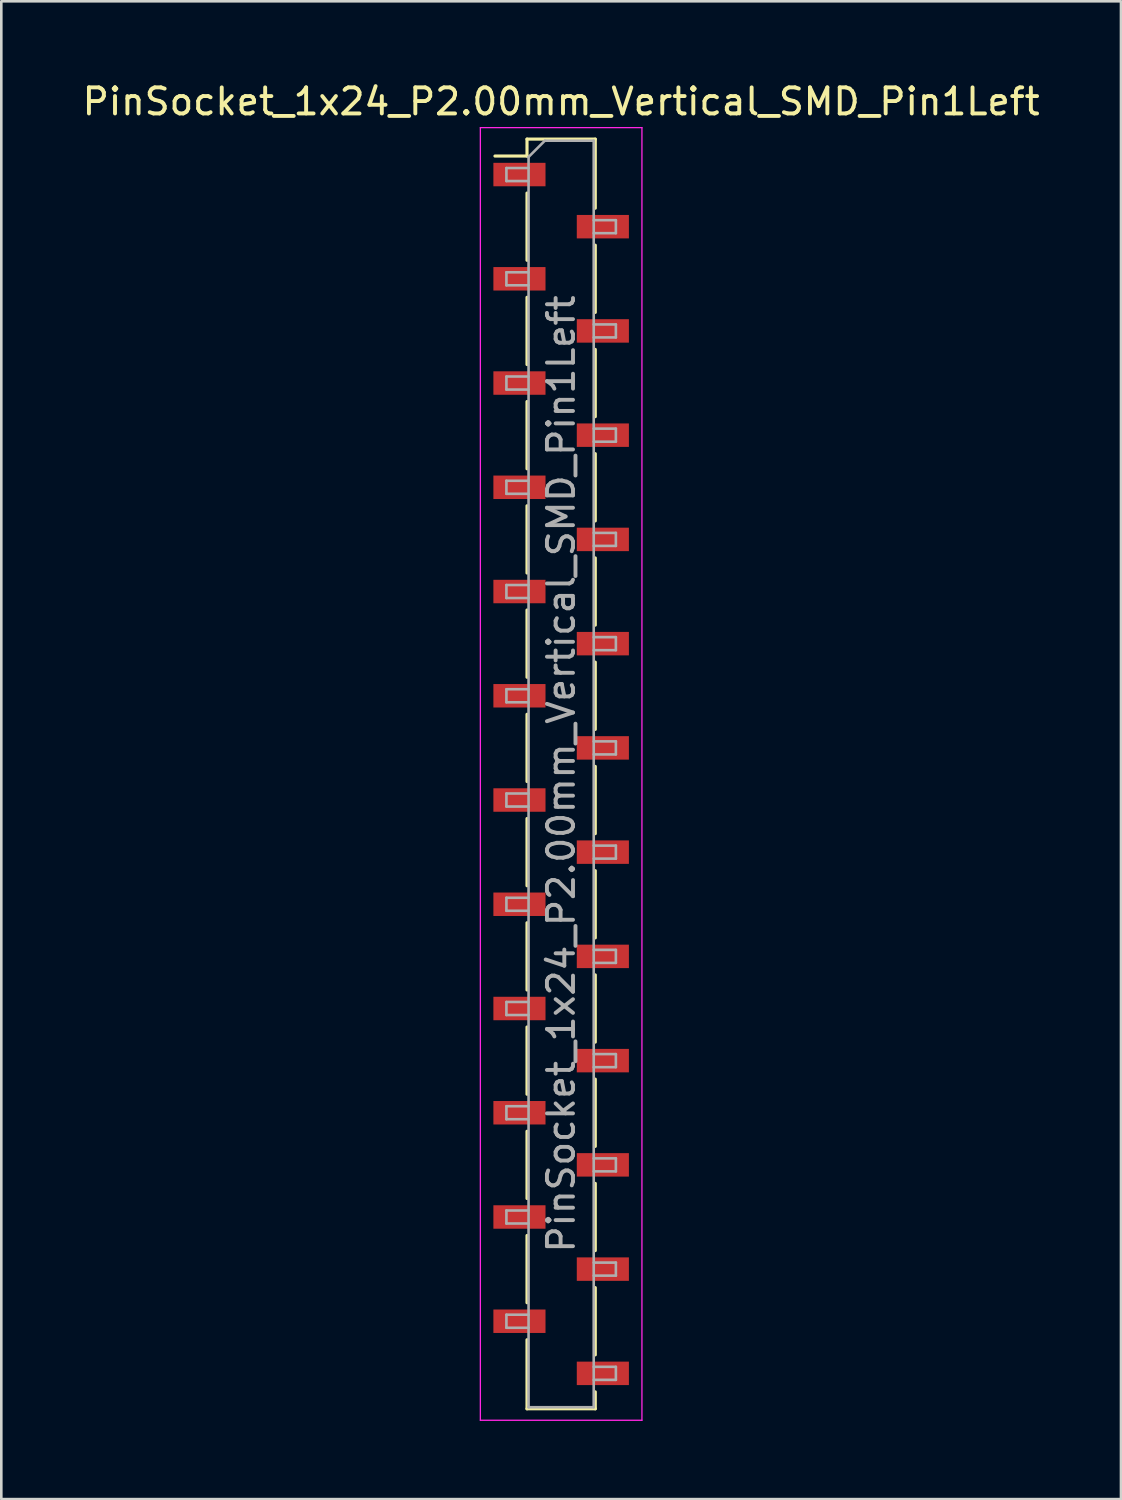
<source format=kicad_pcb>
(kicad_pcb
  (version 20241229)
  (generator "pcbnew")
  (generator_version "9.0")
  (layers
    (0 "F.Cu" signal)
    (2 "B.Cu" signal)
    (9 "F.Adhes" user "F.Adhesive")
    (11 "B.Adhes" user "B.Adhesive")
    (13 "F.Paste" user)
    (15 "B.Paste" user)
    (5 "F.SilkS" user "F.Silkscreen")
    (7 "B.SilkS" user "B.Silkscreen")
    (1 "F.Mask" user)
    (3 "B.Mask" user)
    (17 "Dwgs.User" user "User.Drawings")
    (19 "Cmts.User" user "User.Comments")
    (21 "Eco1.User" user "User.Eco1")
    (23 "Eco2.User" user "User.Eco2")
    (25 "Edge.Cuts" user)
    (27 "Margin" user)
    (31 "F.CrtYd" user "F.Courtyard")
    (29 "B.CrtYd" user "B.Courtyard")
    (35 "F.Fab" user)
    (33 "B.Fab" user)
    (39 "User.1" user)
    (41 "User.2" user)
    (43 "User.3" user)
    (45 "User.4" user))
  (footprint "PinSocket_1x24_P2.00mm_Vertical_SMD_Pin1Left"
    (layer "F.Cu")
    (at 18.482 26.648)
    (property "Reference" "PinSocket_1x24_P2.00mm_Vertical_SMD_Pin1Left" (at 0 -25.8 0) (layer "F.SilkS") (effects (font (size 1 1) (thickness 0.15))))
    (attr smd)
    (fp_line (start -2.54 -23.71) (end -1.31 -23.71) (stroke (width 0.12) (type solid)) (layer "F.SilkS"))
    (fp_line (start -1.31 -24.36) (end -1.31 -23.71) (stroke (width 0.12) (type solid)) (layer "F.SilkS"))
    (fp_line (start -1.31 -24.36) (end 1.31 -24.36) (stroke (width 0.12) (type solid)) (layer "F.SilkS"))
    (fp_line (start -1.31 -22.29) (end -1.31 -19.71) (stroke (width 0.12) (type solid)) (layer "F.SilkS"))
    (fp_line (start -1.31 -18.29) (end -1.31 -15.71) (stroke (width 0.12) (type solid)) (layer "F.SilkS"))
    (fp_line (start -1.31 -14.29) (end -1.31 -11.71) (stroke (width 0.12) (type solid)) (layer "F.SilkS"))
    (fp_line (start -1.31 -10.29) (end -1.31 -7.71) (stroke (width 0.12) (type solid)) (layer "F.SilkS"))
    (fp_line (start -1.31 -6.29) (end -1.31 -3.71) (stroke (width 0.12) (type solid)) (layer "F.SilkS"))
    (fp_line (start -1.31 -2.29) (end -1.31 0.29) (stroke (width 0.12) (type solid)) (layer "F.SilkS"))
    (fp_line (start -1.31 1.71) (end -1.31 4.29) (stroke (width 0.12) (type solid)) (layer "F.SilkS"))
    (fp_line (start -1.31 5.71) (end -1.31 8.29) (stroke (width 0.12) (type solid)) (layer "F.SilkS"))
    (fp_line (start -1.31 9.71) (end -1.31 12.29) (stroke (width 0.12) (type solid)) (layer "F.SilkS"))
    (fp_line (start -1.31 13.71) (end -1.31 16.29) (stroke (width 0.12) (type solid)) (layer "F.SilkS"))
    (fp_line (start -1.31 17.71) (end -1.31 20.29) (stroke (width 0.12) (type solid)) (layer "F.SilkS"))
    (fp_line (start -1.31 21.71) (end -1.31 24.36) (stroke (width 0.12) (type solid)) (layer "F.SilkS"))
    (fp_line (start -1.31 24.36) (end 1.31 24.36) (stroke (width 0.12) (type solid)) (layer "F.SilkS"))
    (fp_line (start 1.31 -24.36) (end 1.31 -21.71) (stroke (width 0.12) (type solid)) (layer "F.SilkS"))
    (fp_line (start 1.31 -20.29) (end 1.31 -17.71) (stroke (width 0.12) (type solid)) (layer "F.SilkS"))
    (fp_line (start 1.31 -16.29) (end 1.31 -13.71) (stroke (width 0.12) (type solid)) (layer "F.SilkS"))
    (fp_line (start 1.31 -12.29) (end 1.31 -9.71) (stroke (width 0.12) (type solid)) (layer "F.SilkS"))
    (fp_line (start 1.31 -8.29) (end 1.31 -5.71) (stroke (width 0.12) (type solid)) (layer "F.SilkS"))
    (fp_line (start 1.31 -4.29) (end 1.31 -1.71) (stroke (width 0.12) (type solid)) (layer "F.SilkS"))
    (fp_line (start 1.31 -0.29) (end 1.31 2.29) (stroke (width 0.12) (type solid)) (layer "F.SilkS"))
    (fp_line (start 1.31 3.71) (end 1.31 6.29) (stroke (width 0.12) (type solid)) (layer "F.SilkS"))
    (fp_line (start 1.31 7.71) (end 1.31 10.29) (stroke (width 0.12) (type solid)) (layer "F.SilkS"))
    (fp_line (start 1.31 11.71) (end 1.31 14.29) (stroke (width 0.12) (type solid)) (layer "F.SilkS"))
    (fp_line (start 1.31 15.71) (end 1.31 18.29) (stroke (width 0.12) (type solid)) (layer "F.SilkS"))
    (fp_line (start 1.31 19.71) (end 1.31 22.29) (stroke (width 0.12) (type solid)) (layer "F.SilkS"))
    (fp_line (start 1.31 23.71) (end 1.31 24.36) (stroke (width 0.12) (type solid)) (layer "F.SilkS"))
    (fp_line (start -3.1 -24.8) (end 3.1 -24.8) (stroke (width 0.05) (type solid)) (layer "F.CrtYd"))
    (fp_line (start -3.1 24.8) (end -3.1 -24.8) (stroke (width 0.05) (type solid)) (layer "F.CrtYd"))
    (fp_line (start 3.1 -24.8) (end 3.1 24.8) (stroke (width 0.05) (type solid)) (layer "F.CrtYd"))
    (fp_line (start 3.1 24.8) (end -3.1 24.8) (stroke (width 0.05) (type solid)) (layer "F.CrtYd"))
    (fp_line (start -2.1 -23.25) (end -1.25 -23.25) (stroke (width 0.1) (type solid)) (layer "F.Fab"))
    (fp_line (start -2.1 -22.75) (end -2.1 -23.25) (stroke (width 0.1) (type solid)) (layer "F.Fab"))
    (fp_line (start -2.1 -19.25) (end -1.25 -19.25) (stroke (width 0.1) (type solid)) (layer "F.Fab"))
    (fp_line (start -2.1 -18.75) (end -2.1 -19.25) (stroke (width 0.1) (type solid)) (layer "F.Fab"))
    (fp_line (start -2.1 -15.25) (end -1.25 -15.25) (stroke (width 0.1) (type solid)) (layer "F.Fab"))
    (fp_line (start -2.1 -14.75) (end -2.1 -15.25) (stroke (width 0.1) (type solid)) (layer "F.Fab"))
    (fp_line (start -2.1 -11.25) (end -1.25 -11.25) (stroke (width 0.1) (type solid)) (layer "F.Fab"))
    (fp_line (start -2.1 -10.75) (end -2.1 -11.25) (stroke (width 0.1) (type solid)) (layer "F.Fab"))
    (fp_line (start -2.1 -7.25) (end -1.25 -7.25) (stroke (width 0.1) (type solid)) (layer "F.Fab"))
    (fp_line (start -2.1 -6.75) (end -2.1 -7.25) (stroke (width 0.1) (type solid)) (layer "F.Fab"))
    (fp_line (start -2.1 -3.25) (end -1.25 -3.25) (stroke (width 0.1) (type solid)) (layer "F.Fab"))
    (fp_line (start -2.1 -2.75) (end -2.1 -3.25) (stroke (width 0.1) (type solid)) (layer "F.Fab"))
    (fp_line (start -2.1 0.75) (end -1.25 0.75) (stroke (width 0.1) (type solid)) (layer "F.Fab"))
    (fp_line (start -2.1 1.25) (end -2.1 0.75) (stroke (width 0.1) (type solid)) (layer "F.Fab"))
    (fp_line (start -2.1 4.75) (end -1.25 4.75) (stroke (width 0.1) (type solid)) (layer "F.Fab"))
    (fp_line (start -2.1 5.25) (end -2.1 4.75) (stroke (width 0.1) (type solid)) (layer "F.Fab"))
    (fp_line (start -2.1 8.75) (end -1.25 8.75) (stroke (width 0.1) (type solid)) (layer "F.Fab"))
    (fp_line (start -2.1 9.25) (end -2.1 8.75) (stroke (width 0.1) (type solid)) (layer "F.Fab"))
    (fp_line (start -2.1 12.75) (end -1.25 12.75) (stroke (width 0.1) (type solid)) (layer "F.Fab"))
    (fp_line (start -2.1 13.25) (end -2.1 12.75) (stroke (width 0.1) (type solid)) (layer "F.Fab"))
    (fp_line (start -2.1 16.75) (end -1.25 16.75) (stroke (width 0.1) (type solid)) (layer "F.Fab"))
    (fp_line (start -2.1 17.25) (end -2.1 16.75) (stroke (width 0.1) (type solid)) (layer "F.Fab"))
    (fp_line (start -2.1 20.75) (end -1.25 20.75) (stroke (width 0.1) (type solid)) (layer "F.Fab"))
    (fp_line (start -2.1 21.25) (end -2.1 20.75) (stroke (width 0.1) (type solid)) (layer "F.Fab"))
    (fp_line (start -1.25 -23.675) (end -0.625 -24.3) (stroke (width 0.1) (type solid)) (layer "F.Fab"))
    (fp_line (start -1.25 -22.75) (end -2.1 -22.75) (stroke (width 0.1) (type solid)) (layer "F.Fab"))
    (fp_line (start -1.25 -18.75) (end -2.1 -18.75) (stroke (width 0.1) (type solid)) (layer "F.Fab"))
    (fp_line (start -1.25 -14.75) (end -2.1 -14.75) (stroke (width 0.1) (type solid)) (layer "F.Fab"))
    (fp_line (start -1.25 -10.75) (end -2.1 -10.75) (stroke (width 0.1) (type solid)) (layer "F.Fab"))
    (fp_line (start -1.25 -6.75) (end -2.1 -6.75) (stroke (width 0.1) (type solid)) (layer "F.Fab"))
    (fp_line (start -1.25 -2.75) (end -2.1 -2.75) (stroke (width 0.1) (type solid)) (layer "F.Fab"))
    (fp_line (start -1.25 1.25) (end -2.1 1.25) (stroke (width 0.1) (type solid)) (layer "F.Fab"))
    (fp_line (start -1.25 5.25) (end -2.1 5.25) (stroke (width 0.1) (type solid)) (layer "F.Fab"))
    (fp_line (start -1.25 9.25) (end -2.1 9.25) (stroke (width 0.1) (type solid)) (layer "F.Fab"))
    (fp_line (start -1.25 13.25) (end -2.1 13.25) (stroke (width 0.1) (type solid)) (layer "F.Fab"))
    (fp_line (start -1.25 17.25) (end -2.1 17.25) (stroke (width 0.1) (type solid)) (layer "F.Fab"))
    (fp_line (start -1.25 21.25) (end -2.1 21.25) (stroke (width 0.1) (type solid)) (layer "F.Fab"))
    (fp_line (start -1.25 24.3) (end -1.25 -23.675) (stroke (width 0.1) (type solid)) (layer "F.Fab"))
    (fp_line (start -0.625 -24.3) (end 1.25 -24.3) (stroke (width 0.1) (type solid)) (layer "F.Fab"))
    (fp_line (start 1.25 -24.3) (end 1.25 24.3) (stroke (width 0.1) (type solid)) (layer "F.Fab"))
    (fp_line (start 1.25 -21.25) (end 2.1 -21.25) (stroke (width 0.1) (type solid)) (layer "F.Fab"))
    (fp_line (start 1.25 -17.25) (end 2.1 -17.25) (stroke (width 0.1) (type solid)) (layer "F.Fab"))
    (fp_line (start 1.25 -13.25) (end 2.1 -13.25) (stroke (width 0.1) (type solid)) (layer "F.Fab"))
    (fp_line (start 1.25 -9.25) (end 2.1 -9.25) (stroke (width 0.1) (type solid)) (layer "F.Fab"))
    (fp_line (start 1.25 -5.25) (end 2.1 -5.25) (stroke (width 0.1) (type solid)) (layer "F.Fab"))
    (fp_line (start 1.25 -1.25) (end 2.1 -1.25) (stroke (width 0.1) (type solid)) (layer "F.Fab"))
    (fp_line (start 1.25 2.75) (end 2.1 2.75) (stroke (width 0.1) (type solid)) (layer "F.Fab"))
    (fp_line (start 1.25 6.75) (end 2.1 6.75) (stroke (width 0.1) (type solid)) (layer "F.Fab"))
    (fp_line (start 1.25 10.75) (end 2.1 10.75) (stroke (width 0.1) (type solid)) (layer "F.Fab"))
    (fp_line (start 1.25 14.75) (end 2.1 14.75) (stroke (width 0.1) (type solid)) (layer "F.Fab"))
    (fp_line (start 1.25 18.75) (end 2.1 18.75) (stroke (width 0.1) (type solid)) (layer "F.Fab"))
    (fp_line (start 1.25 22.75) (end 2.1 22.75) (stroke (width 0.1) (type solid)) (layer "F.Fab"))
    (fp_line (start 1.25 24.3) (end -1.25 24.3) (stroke (width 0.1) (type solid)) (layer "F.Fab"))
    (fp_line (start 2.1 -21.25) (end 2.1 -20.75) (stroke (width 0.1) (type solid)) (layer "F.Fab"))
    (fp_line (start 2.1 -20.75) (end 1.25 -20.75) (stroke (width 0.1) (type solid)) (layer "F.Fab"))
    (fp_line (start 2.1 -17.25) (end 2.1 -16.75) (stroke (width 0.1) (type solid)) (layer "F.Fab"))
    (fp_line (start 2.1 -16.75) (end 1.25 -16.75) (stroke (width 0.1) (type solid)) (layer "F.Fab"))
    (fp_line (start 2.1 -13.25) (end 2.1 -12.75) (stroke (width 0.1) (type solid)) (layer "F.Fab"))
    (fp_line (start 2.1 -12.75) (end 1.25 -12.75) (stroke (width 0.1) (type solid)) (layer "F.Fab"))
    (fp_line (start 2.1 -9.25) (end 2.1 -8.75) (stroke (width 0.1) (type solid)) (layer "F.Fab"))
    (fp_line (start 2.1 -8.75) (end 1.25 -8.75) (stroke (width 0.1) (type solid)) (layer "F.Fab"))
    (fp_line (start 2.1 -5.25) (end 2.1 -4.75) (stroke (width 0.1) (type solid)) (layer "F.Fab"))
    (fp_line (start 2.1 -4.75) (end 1.25 -4.75) (stroke (width 0.1) (type solid)) (layer "F.Fab"))
    (fp_line (start 2.1 -1.25) (end 2.1 -0.75) (stroke (width 0.1) (type solid)) (layer "F.Fab"))
    (fp_line (start 2.1 -0.75) (end 1.25 -0.75) (stroke (width 0.1) (type solid)) (layer "F.Fab"))
    (fp_line (start 2.1 2.75) (end 2.1 3.25) (stroke (width 0.1) (type solid)) (layer "F.Fab"))
    (fp_line (start 2.1 3.25) (end 1.25 3.25) (stroke (width 0.1) (type solid)) (layer "F.Fab"))
    (fp_line (start 2.1 6.75) (end 2.1 7.25) (stroke (width 0.1) (type solid)) (layer "F.Fab"))
    (fp_line (start 2.1 7.25) (end 1.25 7.25) (stroke (width 0.1) (type solid)) (layer "F.Fab"))
    (fp_line (start 2.1 10.75) (end 2.1 11.25) (stroke (width 0.1) (type solid)) (layer "F.Fab"))
    (fp_line (start 2.1 11.25) (end 1.25 11.25) (stroke (width 0.1) (type solid)) (layer "F.Fab"))
    (fp_line (start 2.1 14.75) (end 2.1 15.25) (stroke (width 0.1) (type solid)) (layer "F.Fab"))
    (fp_line (start 2.1 15.25) (end 1.25 15.25) (stroke (width 0.1) (type solid)) (layer "F.Fab"))
    (fp_line (start 2.1 18.75) (end 2.1 19.25) (stroke (width 0.1) (type solid)) (layer "F.Fab"))
    (fp_line (start 2.1 19.25) (end 1.25 19.25) (stroke (width 0.1) (type solid)) (layer "F.Fab"))
    (fp_line (start 2.1 22.75) (end 2.1 23.25) (stroke (width 0.1) (type solid)) (layer "F.Fab"))
    (fp_line (start 2.1 23.25) (end 1.25 23.25) (stroke (width 0.1) (type solid)) (layer "F.Fab"))
    (fp_text user "${REFERENCE}" (at 0 0 90) (layer "F.Fab") (effects (font (size 1 1) (thickness 0.15))))
    (pad "1" smd rect (at -1.6 -23) (size 2 0.9) (layers "F.Cu" "F.Mask" "F.Paste"))
    (pad "2" smd rect (at 1.6 -21) (size 2 0.9) (layers "F.Cu" "F.Mask" "F.Paste"))
    (pad "3" smd rect (at -1.6 -19) (size 2 0.9) (layers "F.Cu" "F.Mask" "F.Paste"))
    (pad "4" smd rect (at 1.6 -17) (size 2 0.9) (layers "F.Cu" "F.Mask" "F.Paste"))
    (pad "5" smd rect (at -1.6 -15) (size 2 0.9) (layers "F.Cu" "F.Mask" "F.Paste"))
    (pad "6" smd rect (at 1.6 -13) (size 2 0.9) (layers "F.Cu" "F.Mask" "F.Paste"))
    (pad "7" smd rect (at -1.6 -11) (size 2 0.9) (layers "F.Cu" "F.Mask" "F.Paste"))
    (pad "8" smd rect (at 1.6 -9) (size 2 0.9) (layers "F.Cu" "F.Mask" "F.Paste"))
    (pad "9" smd rect (at -1.6 -7) (size 2 0.9) (layers "F.Cu" "F.Mask" "F.Paste"))
    (pad "10" smd rect (at 1.6 -5) (size 2 0.9) (layers "F.Cu" "F.Mask" "F.Paste"))
    (pad "11" smd rect (at -1.6 -3) (size 2 0.9) (layers "F.Cu" "F.Mask" "F.Paste"))
    (pad "12" smd rect (at 1.6 -1) (size 2 0.9) (layers "F.Cu" "F.Mask" "F.Paste"))
    (pad "13" smd rect (at -1.6 1) (size 2 0.9) (layers "F.Cu" "F.Mask" "F.Paste"))
    (pad "14" smd rect (at 1.6 3) (size 2 0.9) (layers "F.Cu" "F.Mask" "F.Paste"))
    (pad "15" smd rect (at -1.6 5) (size 2 0.9) (layers "F.Cu" "F.Mask" "F.Paste"))
    (pad "16" smd rect (at 1.6 7) (size 2 0.9) (layers "F.Cu" "F.Mask" "F.Paste"))
    (pad "17" smd rect (at -1.6 9) (size 2 0.9) (layers "F.Cu" "F.Mask" "F.Paste"))
    (pad "18" smd rect (at 1.6 11) (size 2 0.9) (layers "F.Cu" "F.Mask" "F.Paste"))
    (pad "19" smd rect (at -1.6 13) (size 2 0.9) (layers "F.Cu" "F.Mask" "F.Paste"))
    (pad "20" smd rect (at 1.6 15) (size 2 0.9) (layers "F.Cu" "F.Mask" "F.Paste"))
    (pad "21" smd rect (at -1.6 17) (size 2 0.9) (layers "F.Cu" "F.Mask" "F.Paste"))
    (pad "22" smd rect (at 1.6 19) (size 2 0.9) (layers "F.Cu" "F.Mask" "F.Paste"))
    (pad "23" smd rect (at -1.6 21) (size 2 0.9) (layers "F.Cu" "F.Mask" "F.Paste"))
    (pad "24" smd rect (at 1.6 23) (size 2 0.9) (layers "F.Cu" "F.Mask" "F.Paste")))
  (gr_rect
    (start -3 -3)
    (end 39.964 54.473)
    (stroke (width 0.1) (type default))
    (fill no)
    (layer "Edge.Cuts")))
</source>
